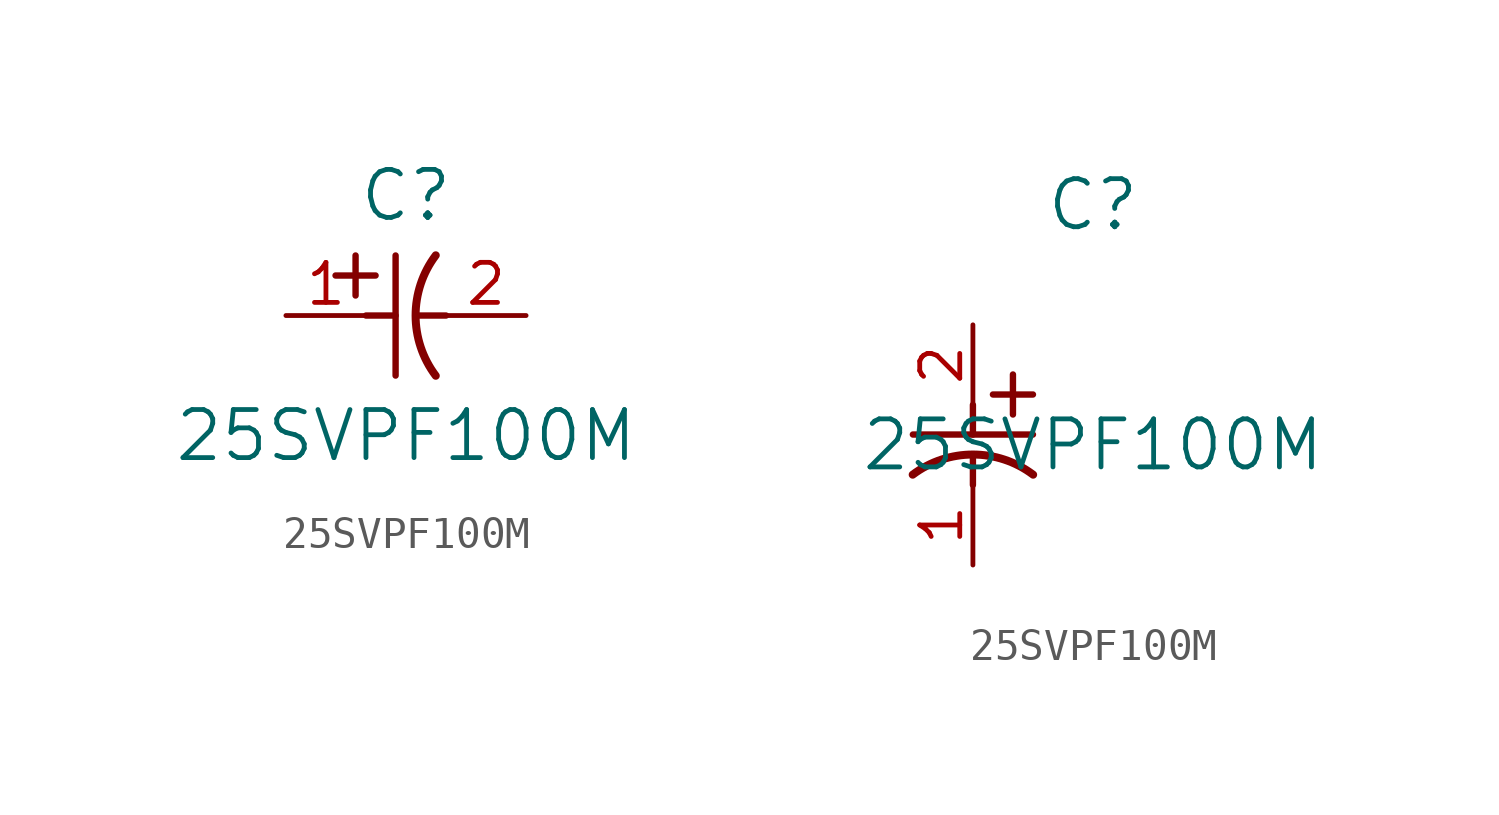
<source format=kicad_sym>
(kicad_symbol_lib
  (version 20220914)
  (generator kicad_symbol_editor)
  (symbol "25SVPF100M"
    (pin_names
      (offset 0.254))
    (property "Reference" "C"
      (at 3.81 3.81 0)
      (effects (font (size 1.524 1.524))))
    (property "Value" "25SVPF100M"
      (at 3.81 -3.81 0)
      (effects (font (size 1.524 1.524))))
    (property "ki_locked" ""
      (at 0 0 0)
      (effects (font (size 1.27 1.27))))
    (symbol "25SVPF100M_1_1"
      (polyline (pts (xy 1.575 1.27) (xy 2.845 1.27)) (stroke (width 0.203) (type default)) (fill (type none)))
      (polyline (pts (xy 2.21 0.635) (xy 2.21 1.905)) (stroke (width 0.203) (type default)) (fill (type none)))
      (polyline (pts (xy 2.54 0) (xy 3.48 0)) (stroke (width 0.203) (type default)) (fill (type none)))
      (polyline (pts (xy 3.48 -1.905) (xy 3.48 1.905)) (stroke (width 0.203) (type default)) (fill (type none)))
      (polyline (pts (xy 4.115 0) (xy 5.08 0)) (stroke (width 0.203) (type default)) (fill (type none)))
      (arc (start 4.7541 1.9108) (mid 4.1148 0) (end 4.7541 -1.9108) (stroke (width 0.254) (type default)) (fill (type none)))
      (pin unspecified line (at 0 0 0) (length 2.54) (name "" (effects (font (size 1.27 1.27)))) (number "1" (effects (font (size 1.27 1.27)))))
      (pin unspecified line (at 7.62 0 180) (length 2.54) (name "" (effects (font (size 1.27 1.27)))) (number "2" (effects (font (size 1.27 1.27))))))
    (symbol "25SVPF100M_1_2"
      (polyline (pts (xy -1.905 -3.48) (xy 1.905 -3.48)) (stroke (width 0.203) (type default)) (fill (type none)))
      (polyline (pts (xy 0 -4.115) (xy 0 -5.08)) (stroke (width 0.203) (type default)) (fill (type none)))
      (polyline (pts (xy 0 -2.54) (xy 0 -3.48)) (stroke (width 0.203) (type default)) (fill (type none)))
      (polyline (pts (xy 0.635 -2.21) (xy 1.905 -2.21)) (stroke (width 0.203) (type default)) (fill (type none)))
      (polyline (pts (xy 1.27 -1.575) (xy 1.27 -2.845)) (stroke (width 0.203) (type default)) (fill (type none)))
      (arc (start 1.9108 -4.7541) (mid 0 -4.1148) (end -1.9108 -4.7541) (stroke (width 0.254) (type default)) (fill (type none)))
      (pin unspecified line (at 0 -7.62 90) (length 2.54) (name "" (effects (font (size 1.27 1.27)))) (number "1" (effects (font (size 1.27 1.27)))))
      (pin unspecified line (at 0 0 270) (length 2.54) (name "" (effects (font (size 1.27 1.27)))) (number "2" (effects (font (size 1.27 1.27))))))))
</source>
